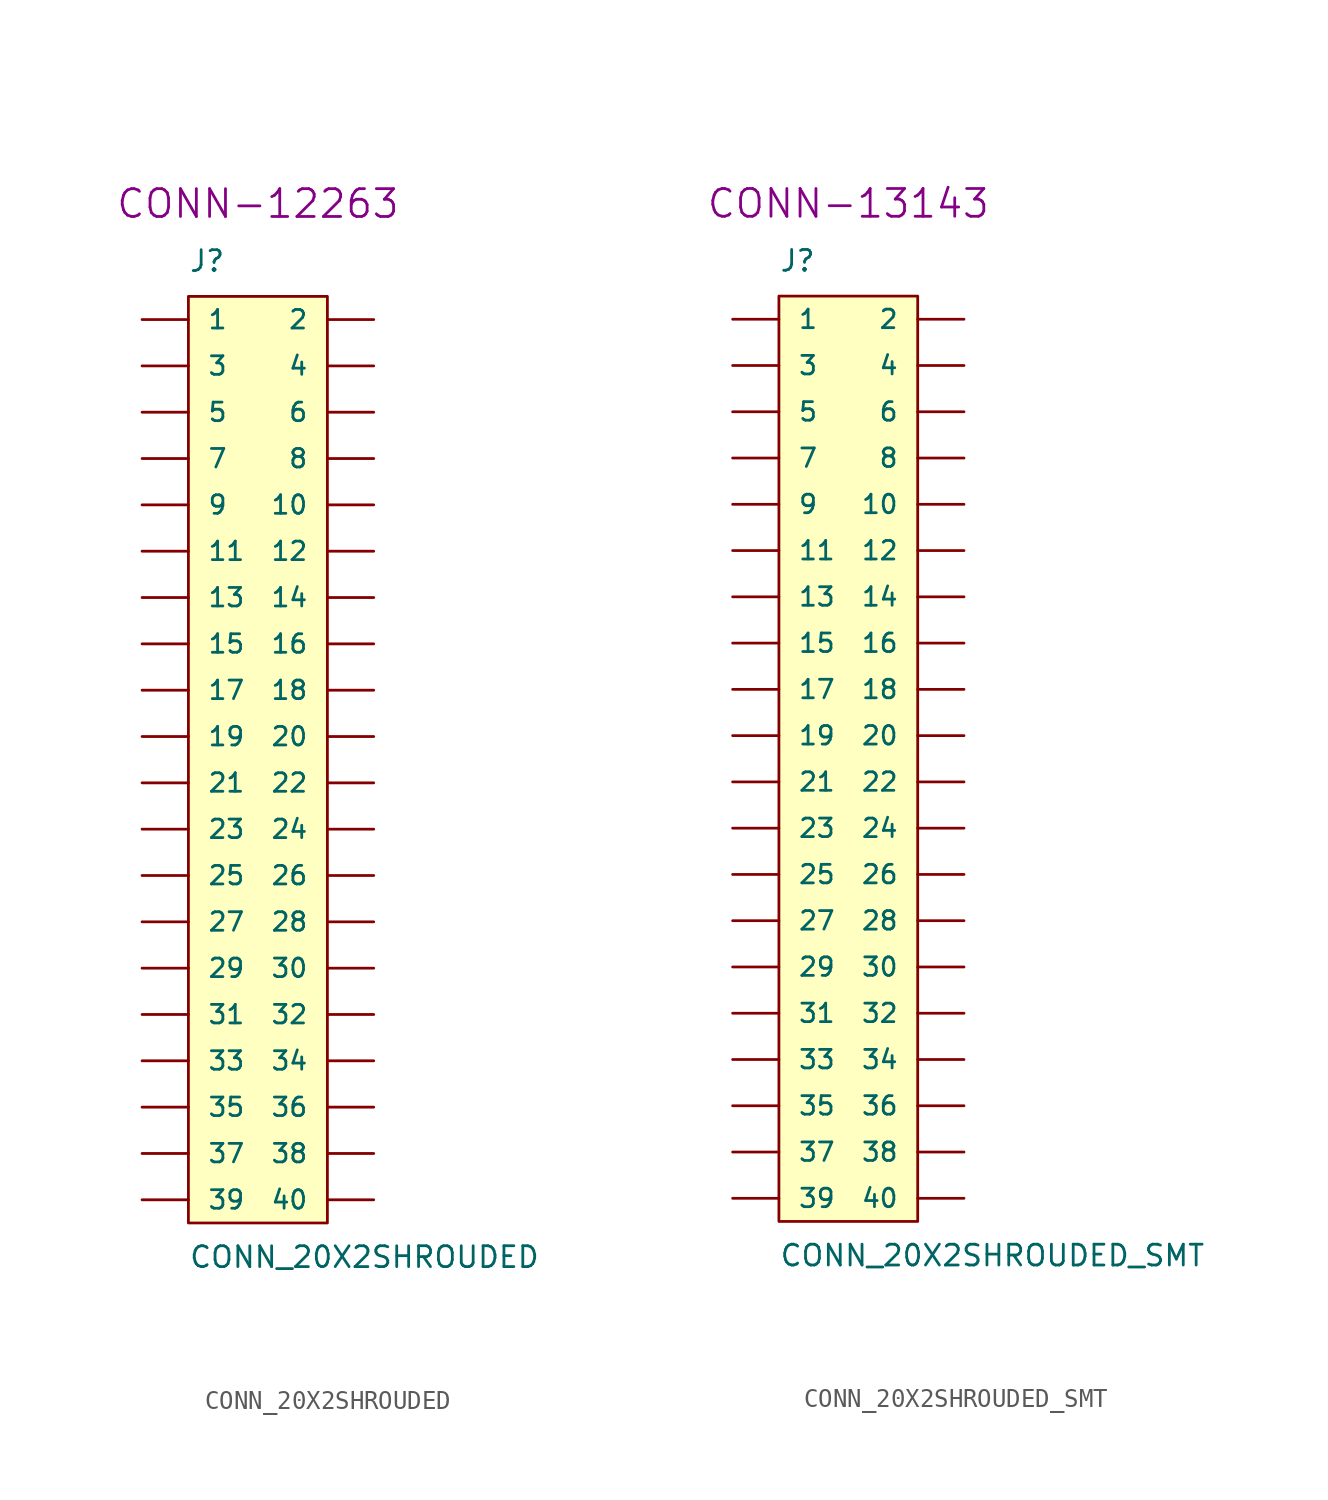
<source format=kicad_sym>
(kicad_symbol_lib
  (version 20201005)
  (generator kicad_symbol_editor)
  (symbol "CONN_20X2SHROUDED"
    (pin_numbers hide)
    (pin_names
      (offset 1.016))
    (property "Reference" "J"
      (at -3.81 26.67 0)
      (effects (font (size 1.143 1.143)) (justify left bottom)))
    (property "Value" "CONN_20X2SHROUDED"
      (at -3.81 -27.94 0)
      (effects (font (size 1.143 1.143)) (justify left bottom)))
    (property "Field4" "CONN-12263"
      (at 0 30.48 0)
      (effects (font (size 1.524 1.524))))
    (property "ki_locked" ""
      (at 0 0 0)
      (effects (font (size 1.27 1.27))))
    (symbol "CONN_20X2SHROUDED_0_1"
      (rectangle (start 3.81 -25.4) (end -3.81 25.4) (stroke (width 0)) (fill (type background))))
    (symbol "CONN_20X2SHROUDED_1_1"
      (pin passive line (at -6.35 24.13 0) (length 2.54) (name "1" (effects (font (size 1.016 1.016)))) (number "1" (effects (font (size 1.016 1.016)))))
      (pin passive line (at 6.35 24.13 180) (length 2.54) (name "2" (effects (font (size 1.016 1.016)))) (number "2" (effects (font (size 1.016 1.016)))))
      (pin passive line (at -6.35 21.59 0) (length 2.54) (name "3" (effects (font (size 1.016 1.016)))) (number "3" (effects (font (size 1.016 1.016)))))
      (pin passive line (at 6.35 21.59 180) (length 2.54) (name "4" (effects (font (size 1.016 1.016)))) (number "4" (effects (font (size 1.016 1.016)))))
      (pin passive line (at -6.35 19.05 0) (length 2.54) (name "5" (effects (font (size 1.016 1.016)))) (number "5" (effects (font (size 1.016 1.016)))))
      (pin passive line (at 6.35 19.05 180) (length 2.54) (name "6" (effects (font (size 1.016 1.016)))) (number "6" (effects (font (size 1.016 1.016)))))
      (pin passive line (at -6.35 16.51 0) (length 2.54) (name "7" (effects (font (size 1.016 1.016)))) (number "7" (effects (font (size 1.016 1.016)))))
      (pin passive line (at 6.35 16.51 180) (length 2.54) (name "8" (effects (font (size 1.016 1.016)))) (number "8" (effects (font (size 1.016 1.016)))))
      (pin passive line (at -6.35 13.97 0) (length 2.54) (name "9" (effects (font (size 1.016 1.016)))) (number "9" (effects (font (size 1.016 1.016)))))
      (pin passive line (at 6.35 13.97 180) (length 2.54) (name "10" (effects (font (size 1.016 1.016)))) (number "10" (effects (font (size 1.016 1.016)))))
      (pin passive line (at 6.35 1.27 180) (length 2.54) (name "20" (effects (font (size 1.016 1.016)))) (number "20" (effects (font (size 1.016 1.016)))))
      (pin passive line (at 6.35 -11.43 180) (length 2.54) (name "30" (effects (font (size 1.016 1.016)))) (number "30" (effects (font (size 1.016 1.016)))))
      (pin passive line (at 6.35 -24.13 180) (length 2.54) (name "40" (effects (font (size 1.016 1.016)))) (number "40" (effects (font (size 1.016 1.016)))))
      (pin passive line (at -6.35 11.43 0) (length 2.54) (name "11" (effects (font (size 1.016 1.016)))) (number "11" (effects (font (size 1.016 1.016)))))
      (pin passive line (at -6.35 -1.27 0) (length 2.54) (name "21" (effects (font (size 1.016 1.016)))) (number "21" (effects (font (size 1.016 1.016)))))
      (pin passive line (at -6.35 -13.97 0) (length 2.54) (name "31" (effects (font (size 1.016 1.016)))) (number "31" (effects (font (size 1.016 1.016)))))
      (pin passive line (at 6.35 11.43 180) (length 2.54) (name "12" (effects (font (size 1.016 1.016)))) (number "12" (effects (font (size 1.016 1.016)))))
      (pin passive line (at 6.35 -1.27 180) (length 2.54) (name "22" (effects (font (size 1.016 1.016)))) (number "22" (effects (font (size 1.016 1.016)))))
      (pin passive line (at 6.35 -13.97 180) (length 2.54) (name "32" (effects (font (size 1.016 1.016)))) (number "32" (effects (font (size 1.016 1.016)))))
      (pin passive line (at -6.35 8.89 0) (length 2.54) (name "13" (effects (font (size 1.016 1.016)))) (number "13" (effects (font (size 1.016 1.016)))))
      (pin passive line (at -6.35 -3.81 0) (length 2.54) (name "23" (effects (font (size 1.016 1.016)))) (number "23" (effects (font (size 1.016 1.016)))))
      (pin passive line (at -6.35 -16.51 0) (length 2.54) (name "33" (effects (font (size 1.016 1.016)))) (number "33" (effects (font (size 1.016 1.016)))))
      (pin passive line (at 6.35 8.89 180) (length 2.54) (name "14" (effects (font (size 1.016 1.016)))) (number "14" (effects (font (size 1.016 1.016)))))
      (pin passive line (at 6.35 -3.81 180) (length 2.54) (name "24" (effects (font (size 1.016 1.016)))) (number "24" (effects (font (size 1.016 1.016)))))
      (pin passive line (at 6.35 -16.51 180) (length 2.54) (name "34" (effects (font (size 1.016 1.016)))) (number "34" (effects (font (size 1.016 1.016)))))
      (pin passive line (at -6.35 6.35 0) (length 2.54) (name "15" (effects (font (size 1.016 1.016)))) (number "15" (effects (font (size 1.016 1.016)))))
      (pin passive line (at -6.35 -6.35 0) (length 2.54) (name "25" (effects (font (size 1.016 1.016)))) (number "25" (effects (font (size 1.016 1.016)))))
      (pin passive line (at -6.35 -19.05 0) (length 2.54) (name "35" (effects (font (size 1.016 1.016)))) (number "35" (effects (font (size 1.016 1.016)))))
      (pin passive line (at 6.35 6.35 180) (length 2.54) (name "16" (effects (font (size 1.016 1.016)))) (number "16" (effects (font (size 1.016 1.016)))))
      (pin passive line (at 6.35 -6.35 180) (length 2.54) (name "26" (effects (font (size 1.016 1.016)))) (number "26" (effects (font (size 1.016 1.016)))))
      (pin passive line (at 6.35 -19.05 180) (length 2.54) (name "36" (effects (font (size 1.016 1.016)))) (number "36" (effects (font (size 1.016 1.016)))))
      (pin passive line (at -6.35 3.81 0) (length 2.54) (name "17" (effects (font (size 1.016 1.016)))) (number "17" (effects (font (size 1.016 1.016)))))
      (pin passive line (at -6.35 -8.89 0) (length 2.54) (name "27" (effects (font (size 1.016 1.016)))) (number "27" (effects (font (size 1.016 1.016)))))
      (pin passive line (at -6.35 -21.59 0) (length 2.54) (name "37" (effects (font (size 1.016 1.016)))) (number "37" (effects (font (size 1.016 1.016)))))
      (pin passive line (at 6.35 3.81 180) (length 2.54) (name "18" (effects (font (size 1.016 1.016)))) (number "18" (effects (font (size 1.016 1.016)))))
      (pin passive line (at 6.35 -8.89 180) (length 2.54) (name "28" (effects (font (size 1.016 1.016)))) (number "28" (effects (font (size 1.016 1.016)))))
      (pin passive line (at 6.35 -21.59 180) (length 2.54) (name "38" (effects (font (size 1.016 1.016)))) (number "38" (effects (font (size 1.016 1.016)))))
      (pin passive line (at -6.35 1.27 0) (length 2.54) (name "19" (effects (font (size 1.016 1.016)))) (number "19" (effects (font (size 1.016 1.016)))))
      (pin passive line (at -6.35 -11.43 0) (length 2.54) (name "29" (effects (font (size 1.016 1.016)))) (number "29" (effects (font (size 1.016 1.016)))))
      (pin passive line (at -6.35 -24.13 0) (length 2.54) (name "39" (effects (font (size 1.016 1.016)))) (number "39" (effects (font (size 1.016 1.016)))))))
  (symbol "CONN_20X2SHROUDED_SMT"
    (pin_numbers hide)
    (pin_names
      (offset 1.016))
    (property "Reference" "J"
      (at -3.81 26.67 0)
      (effects (font (size 1.143 1.143)) (justify left bottom)))
    (property "Value" "CONN_20X2SHROUDED_SMT"
      (at -3.81 -27.94 0)
      (effects (font (size 1.143 1.143)) (justify left bottom)))
    (property "Field4" "CONN-13143"
      (at 0 30.48 0)
      (effects (font (size 1.524 1.524))))
    (property "ki_locked" ""
      (at 0 0 0)
      (effects (font (size 1.27 1.27))))
    (symbol "CONN_20X2SHROUDED_SMT_0_1"
      (rectangle (start 3.81 -25.4) (end -3.81 25.4) (stroke (width 0)) (fill (type background))))
    (symbol "CONN_20X2SHROUDED_SMT_1_1"
      (pin passive line (at -6.35 24.13 0) (length 2.54) (name "1" (effects (font (size 1.016 1.016)))) (number "1" (effects (font (size 1.016 1.016)))))
      (pin passive line (at 6.35 24.13 180) (length 2.54) (name "2" (effects (font (size 1.016 1.016)))) (number "2" (effects (font (size 1.016 1.016)))))
      (pin passive line (at -6.35 21.59 0) (length 2.54) (name "3" (effects (font (size 1.016 1.016)))) (number "3" (effects (font (size 1.016 1.016)))))
      (pin passive line (at 6.35 21.59 180) (length 2.54) (name "4" (effects (font (size 1.016 1.016)))) (number "4" (effects (font (size 1.016 1.016)))))
      (pin passive line (at -6.35 19.05 0) (length 2.54) (name "5" (effects (font (size 1.016 1.016)))) (number "5" (effects (font (size 1.016 1.016)))))
      (pin passive line (at 6.35 19.05 180) (length 2.54) (name "6" (effects (font (size 1.016 1.016)))) (number "6" (effects (font (size 1.016 1.016)))))
      (pin passive line (at -6.35 16.51 0) (length 2.54) (name "7" (effects (font (size 1.016 1.016)))) (number "7" (effects (font (size 1.016 1.016)))))
      (pin passive line (at 6.35 16.51 180) (length 2.54) (name "8" (effects (font (size 1.016 1.016)))) (number "8" (effects (font (size 1.016 1.016)))))
      (pin passive line (at -6.35 13.97 0) (length 2.54) (name "9" (effects (font (size 1.016 1.016)))) (number "9" (effects (font (size 1.016 1.016)))))
      (pin passive line (at 6.35 13.97 180) (length 2.54) (name "10" (effects (font (size 1.016 1.016)))) (number "10" (effects (font (size 1.016 1.016)))))
      (pin passive line (at 6.35 1.27 180) (length 2.54) (name "20" (effects (font (size 1.016 1.016)))) (number "20" (effects (font (size 1.016 1.016)))))
      (pin passive line (at 6.35 -11.43 180) (length 2.54) (name "30" (effects (font (size 1.016 1.016)))) (number "30" (effects (font (size 1.016 1.016)))))
      (pin passive line (at 6.35 -24.13 180) (length 2.54) (name "40" (effects (font (size 1.016 1.016)))) (number "40" (effects (font (size 1.016 1.016)))))
      (pin passive line (at -6.35 11.43 0) (length 2.54) (name "11" (effects (font (size 1.016 1.016)))) (number "11" (effects (font (size 1.016 1.016)))))
      (pin passive line (at -6.35 -1.27 0) (length 2.54) (name "21" (effects (font (size 1.016 1.016)))) (number "21" (effects (font (size 1.016 1.016)))))
      (pin passive line (at -6.35 -13.97 0) (length 2.54) (name "31" (effects (font (size 1.016 1.016)))) (number "31" (effects (font (size 1.016 1.016)))))
      (pin passive line (at 6.35 11.43 180) (length 2.54) (name "12" (effects (font (size 1.016 1.016)))) (number "12" (effects (font (size 1.016 1.016)))))
      (pin passive line (at 6.35 -1.27 180) (length 2.54) (name "22" (effects (font (size 1.016 1.016)))) (number "22" (effects (font (size 1.016 1.016)))))
      (pin passive line (at 6.35 -13.97 180) (length 2.54) (name "32" (effects (font (size 1.016 1.016)))) (number "32" (effects (font (size 1.016 1.016)))))
      (pin passive line (at -6.35 8.89 0) (length 2.54) (name "13" (effects (font (size 1.016 1.016)))) (number "13" (effects (font (size 1.016 1.016)))))
      (pin passive line (at -6.35 -3.81 0) (length 2.54) (name "23" (effects (font (size 1.016 1.016)))) (number "23" (effects (font (size 1.016 1.016)))))
      (pin passive line (at -6.35 -16.51 0) (length 2.54) (name "33" (effects (font (size 1.016 1.016)))) (number "33" (effects (font (size 1.016 1.016)))))
      (pin passive line (at 6.35 8.89 180) (length 2.54) (name "14" (effects (font (size 1.016 1.016)))) (number "14" (effects (font (size 1.016 1.016)))))
      (pin passive line (at 6.35 -3.81 180) (length 2.54) (name "24" (effects (font (size 1.016 1.016)))) (number "24" (effects (font (size 1.016 1.016)))))
      (pin passive line (at 6.35 -16.51 180) (length 2.54) (name "34" (effects (font (size 1.016 1.016)))) (number "34" (effects (font (size 1.016 1.016)))))
      (pin passive line (at -6.35 6.35 0) (length 2.54) (name "15" (effects (font (size 1.016 1.016)))) (number "15" (effects (font (size 1.016 1.016)))))
      (pin passive line (at -6.35 -6.35 0) (length 2.54) (name "25" (effects (font (size 1.016 1.016)))) (number "25" (effects (font (size 1.016 1.016)))))
      (pin passive line (at -6.35 -19.05 0) (length 2.54) (name "35" (effects (font (size 1.016 1.016)))) (number "35" (effects (font (size 1.016 1.016)))))
      (pin passive line (at 6.35 6.35 180) (length 2.54) (name "16" (effects (font (size 1.016 1.016)))) (number "16" (effects (font (size 1.016 1.016)))))
      (pin passive line (at 6.35 -6.35 180) (length 2.54) (name "26" (effects (font (size 1.016 1.016)))) (number "26" (effects (font (size 1.016 1.016)))))
      (pin passive line (at 6.35 -19.05 180) (length 2.54) (name "36" (effects (font (size 1.016 1.016)))) (number "36" (effects (font (size 1.016 1.016)))))
      (pin passive line (at -6.35 3.81 0) (length 2.54) (name "17" (effects (font (size 1.016 1.016)))) (number "17" (effects (font (size 1.016 1.016)))))
      (pin passive line (at -6.35 -8.89 0) (length 2.54) (name "27" (effects (font (size 1.016 1.016)))) (number "27" (effects (font (size 1.016 1.016)))))
      (pin passive line (at -6.35 -21.59 0) (length 2.54) (name "37" (effects (font (size 1.016 1.016)))) (number "37" (effects (font (size 1.016 1.016)))))
      (pin passive line (at 6.35 3.81 180) (length 2.54) (name "18" (effects (font (size 1.016 1.016)))) (number "18" (effects (font (size 1.016 1.016)))))
      (pin passive line (at 6.35 -8.89 180) (length 2.54) (name "28" (effects (font (size 1.016 1.016)))) (number "28" (effects (font (size 1.016 1.016)))))
      (pin passive line (at 6.35 -21.59 180) (length 2.54) (name "38" (effects (font (size 1.016 1.016)))) (number "38" (effects (font (size 1.016 1.016)))))
      (pin passive line (at -6.35 1.27 0) (length 2.54) (name "19" (effects (font (size 1.016 1.016)))) (number "19" (effects (font (size 1.016 1.016)))))
      (pin passive line (at -6.35 -11.43 0) (length 2.54) (name "29" (effects (font (size 1.016 1.016)))) (number "29" (effects (font (size 1.016 1.016)))))
      (pin passive line (at -6.35 -24.13 0) (length 2.54) (name "39" (effects (font (size 1.016 1.016)))) (number "39" (effects (font (size 1.016 1.016))))))))
</source>
